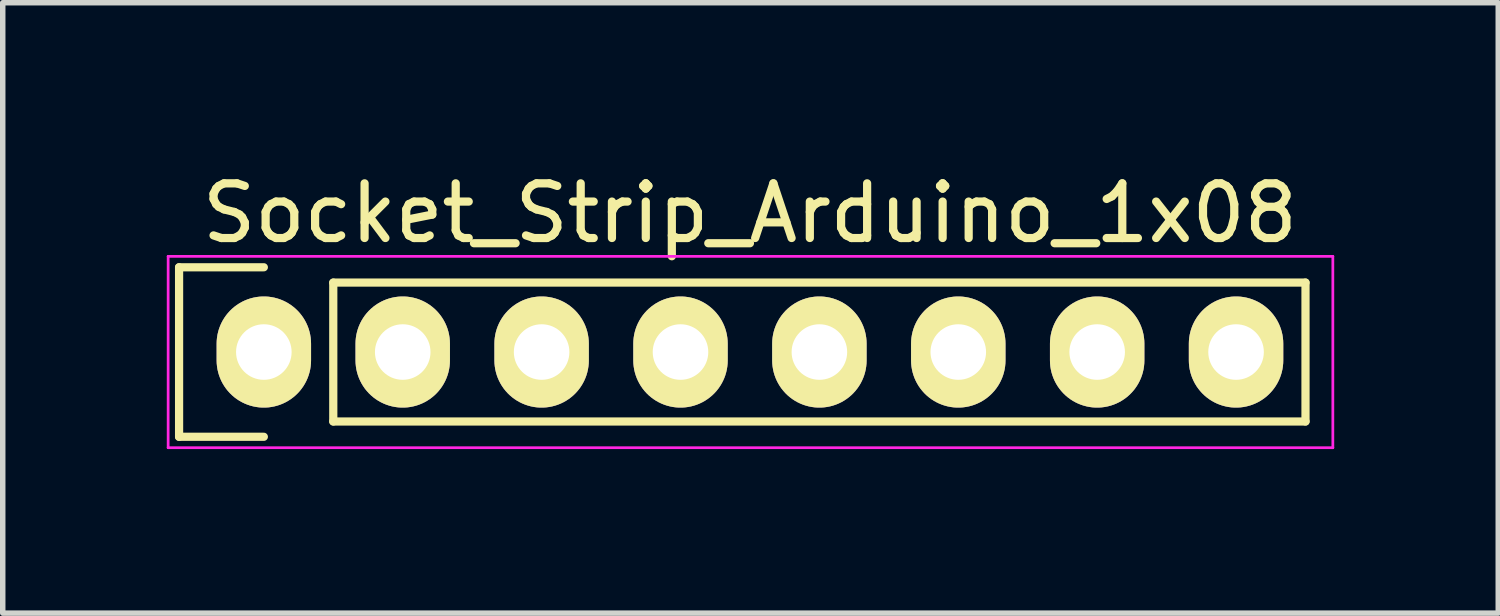
<source format=kicad_pcb>
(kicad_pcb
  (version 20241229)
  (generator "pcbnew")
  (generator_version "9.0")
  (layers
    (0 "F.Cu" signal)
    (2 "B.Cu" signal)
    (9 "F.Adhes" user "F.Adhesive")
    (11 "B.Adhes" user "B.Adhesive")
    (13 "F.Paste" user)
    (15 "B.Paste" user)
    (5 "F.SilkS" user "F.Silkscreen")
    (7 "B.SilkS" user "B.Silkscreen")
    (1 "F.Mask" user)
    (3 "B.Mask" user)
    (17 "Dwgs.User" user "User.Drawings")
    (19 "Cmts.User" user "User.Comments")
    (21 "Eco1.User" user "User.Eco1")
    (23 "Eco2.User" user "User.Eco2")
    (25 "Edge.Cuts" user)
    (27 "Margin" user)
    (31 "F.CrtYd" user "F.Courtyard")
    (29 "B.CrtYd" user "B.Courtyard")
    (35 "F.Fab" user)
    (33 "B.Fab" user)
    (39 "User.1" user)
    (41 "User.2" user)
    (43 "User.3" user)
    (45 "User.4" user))
  (footprint "Socket_Strip_Arduino_1x08"
    (layer "F.Cu")
    (at 1.775 3.388)
    (property "Reference" "Socket_Strip_Arduino_1x08" (at 8.89 -2.54 0) (layer "F.SilkS") (effects (font (size 1 1) (thickness 0.15))))
    (attr through_hole)
    (fp_line (start -1.55 -1.55) (end -1.55 1.55) (stroke (width 0.15) (type solid)) (layer "F.SilkS"))
    (fp_line (start -1.55 1.55) (end 0 1.55) (stroke (width 0.15) (type solid)) (layer "F.SilkS"))
    (fp_line (start 0 -1.55) (end -1.55 -1.55) (stroke (width 0.15) (type solid)) (layer "F.SilkS"))
    (fp_line (start 1.27 1.27) (end 1.27 -1.27) (stroke (width 0.15) (type solid)) (layer "F.SilkS"))
    (fp_line (start 1.27 1.27) (end 19.05 1.27) (stroke (width 0.15) (type solid)) (layer "F.SilkS"))
    (fp_line (start 19.05 -1.27) (end 1.27 -1.27) (stroke (width 0.15) (type solid)) (layer "F.SilkS"))
    (fp_line (start 19.05 1.27) (end 19.05 -1.27) (stroke (width 0.15) (type solid)) (layer "F.SilkS"))
    (fp_line (start -1.75 -1.75) (end -1.75 1.75) (stroke (width 0.05) (type solid)) (layer "F.CrtYd"))
    (fp_line (start -1.75 -1.75) (end 19.55 -1.75) (stroke (width 0.05) (type solid)) (layer "F.CrtYd"))
    (fp_line (start -1.75 1.75) (end 19.55 1.75) (stroke (width 0.05) (type solid)) (layer "F.CrtYd"))
    (fp_line (start 19.55 -1.75) (end 19.55 1.75) (stroke (width 0.05) (type solid)) (layer "F.CrtYd"))
    (pad "1" thru_hole oval (at 0 0) (size 1.727 2.032) (drill 1.016) (layers "*.Cu" "*.Mask" "F.SilkS"))
    (pad "2" thru_hole oval (at 2.54 0) (size 1.727 2.032) (drill 1.016) (layers "*.Cu" "*.Mask" "F.SilkS"))
    (pad "3" thru_hole oval (at 5.08 0) (size 1.727 2.032) (drill 1.016) (layers "*.Cu" "*.Mask" "F.SilkS"))
    (pad "4" thru_hole oval (at 7.62 0) (size 1.727 2.032) (drill 1.016) (layers "*.Cu" "*.Mask" "F.SilkS"))
    (pad "5" thru_hole oval (at 10.16 0) (size 1.727 2.032) (drill 1.016) (layers "*.Cu" "*.Mask" "F.SilkS"))
    (pad "6" thru_hole oval (at 12.7 0) (size 1.727 2.032) (drill 1.016) (layers "*.Cu" "*.Mask" "F.SilkS"))
    (pad "7" thru_hole oval (at 15.24 0) (size 1.727 2.032) (drill 1.016) (layers "*.Cu" "*.Mask" "F.SilkS"))
    (pad "8" thru_hole oval (at 17.78 0) (size 1.727 2.032) (drill 1.016) (layers "*.Cu" "*.Mask" "F.SilkS")))
  (gr_rect
    (start -3 -3)
    (end 24.35 8.163)
    (stroke (width 0.1) (type default))
    (fill no)
    (layer "Edge.Cuts")))
</source>
